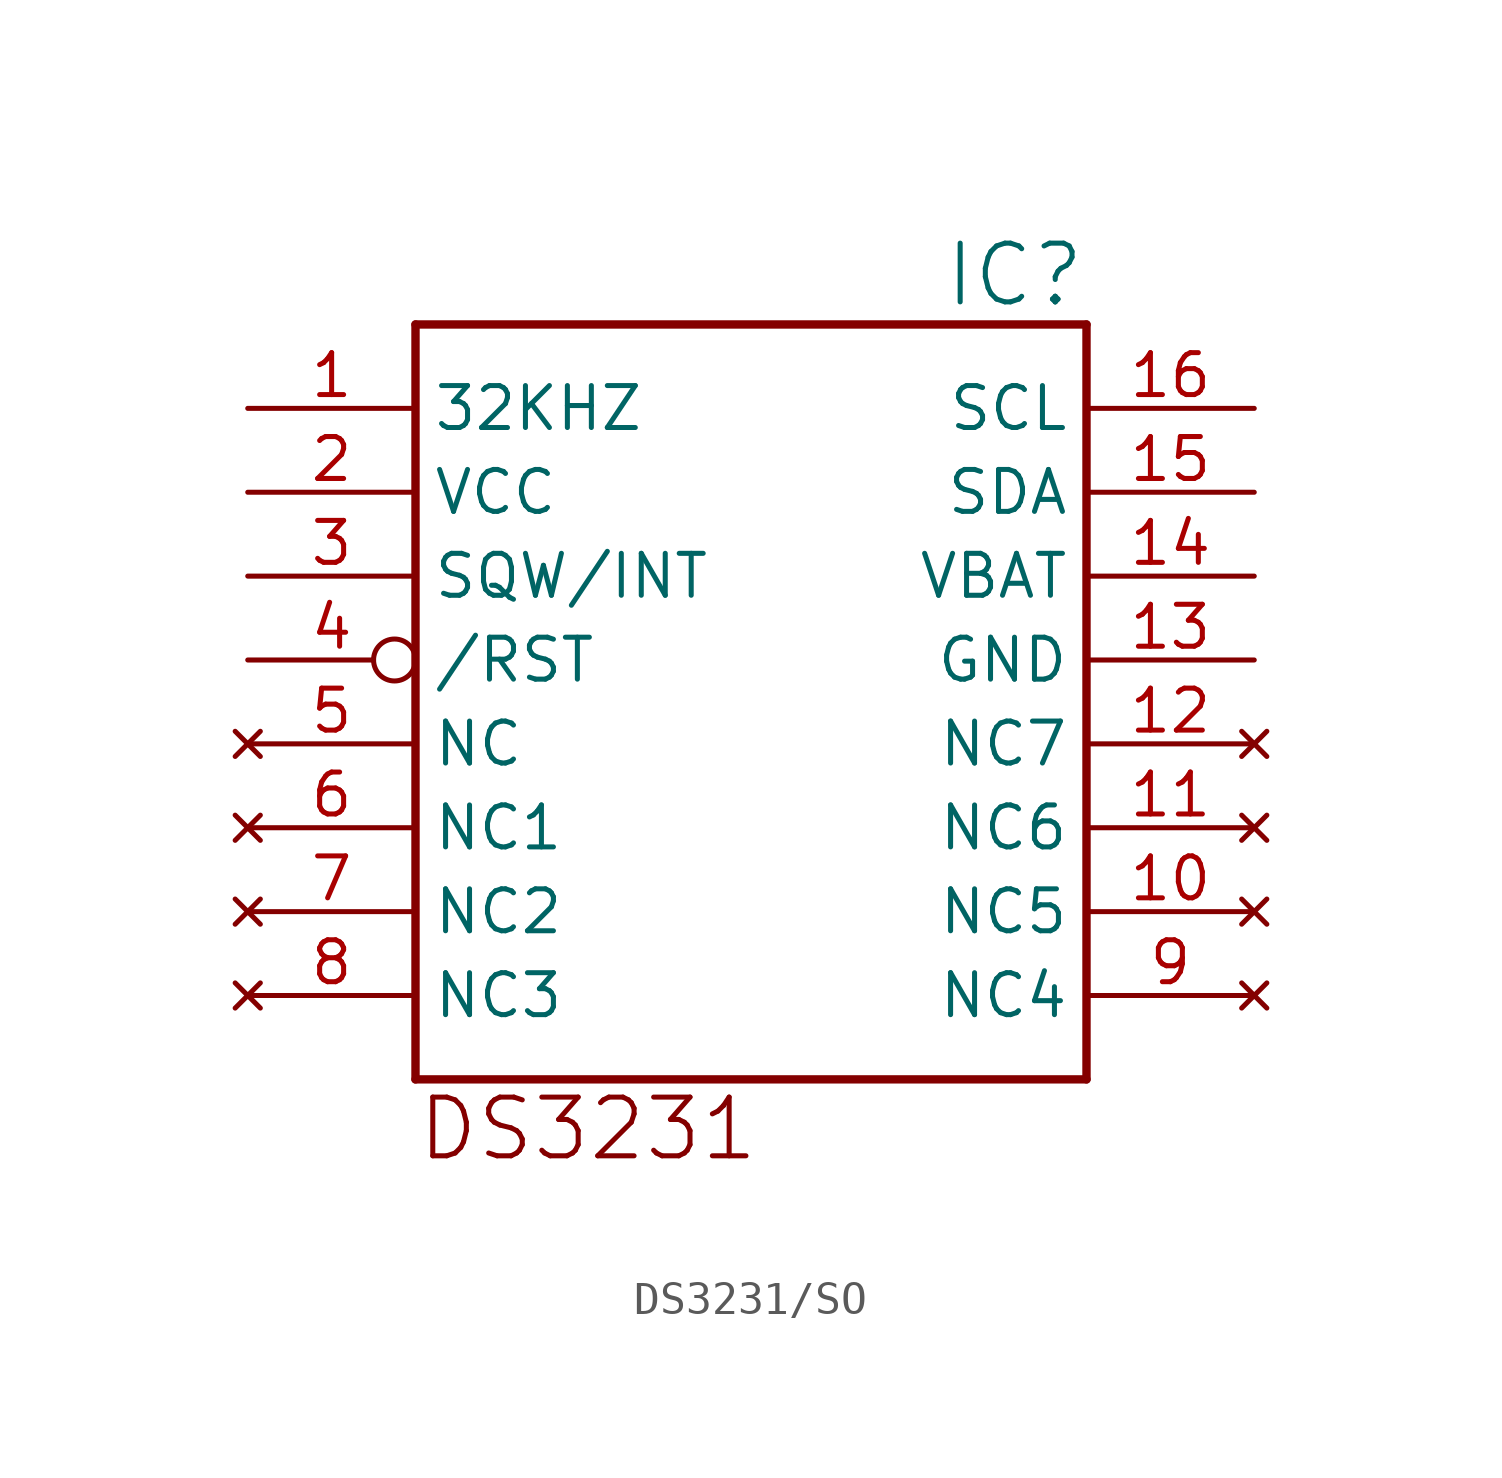
<source format=kicad_sym>
(kicad_symbol_lib
  (version 20220914)
  (generator kicad_symbol_editor)
  (symbol "DS3231/SO"
    (property "Reference" "IC"
      (at 10.16 15.24 0)
      (effects (font (size 1.778 1.778)) (justify right top)))
    (property "ki_locked" ""
      (at 0 0 0)
      (effects (font (size 1.27 1.27))))
    (symbol "DS3231/SO_1_0"
      (polyline (pts (xy -10.16 -10.16) (xy -10.16 12.7)) (stroke (width 0.254) (type solid)) (fill (type none)))
      (polyline (pts (xy -10.16 12.7) (xy 10.16 12.7)) (stroke (width 0.254) (type solid)) (fill (type none)))
      (polyline (pts (xy 10.16 -10.16) (xy -10.16 -10.16)) (stroke (width 0.254) (type solid)) (fill (type none)))
      (polyline (pts (xy 10.16 12.7) (xy 10.16 -10.16)) (stroke (width 0.254) (type solid)) (fill (type none)))
      (text "DS3231" (at -10.16 -12.7 0) (effects (font (size 1.778 1.778)) (justify left bottom)))
      (pin output line (at -15.24 10.16 0) (length 5.08) (name "32KHZ" (effects (font (size 1.27 1.27)))) (number "1" (effects (font (size 1.27 1.27)))))
      (pin no_connect line (at 15.24 -5.08 180) (length 5.08) (name "NC5" (effects (font (size 1.27 1.27)))) (number "10" (effects (font (size 1.27 1.27)))))
      (pin no_connect line (at 15.24 -2.54 180) (length 5.08) (name "NC6" (effects (font (size 1.27 1.27)))) (number "11" (effects (font (size 1.27 1.27)))))
      (pin no_connect line (at 15.24 0 180) (length 5.08) (name "NC7" (effects (font (size 1.27 1.27)))) (number "12" (effects (font (size 1.27 1.27)))))
      (pin power_in line (at 15.24 2.54 180) (length 5.08) (name "GND" (effects (font (size 1.27 1.27)))) (number "13" (effects (font (size 1.27 1.27)))))
      (pin power_in line (at 15.24 5.08 180) (length 5.08) (name "VBAT" (effects (font (size 1.27 1.27)))) (number "14" (effects (font (size 1.27 1.27)))))
      (pin bidirectional line (at 15.24 7.62 180) (length 5.08) (name "SDA" (effects (font (size 1.27 1.27)))) (number "15" (effects (font (size 1.27 1.27)))))
      (pin bidirectional line (at 15.24 10.16 180) (length 5.08) (name "SCL" (effects (font (size 1.27 1.27)))) (number "16" (effects (font (size 1.27 1.27)))))
      (pin power_in line (at -15.24 7.62 0) (length 5.08) (name "VCC" (effects (font (size 1.27 1.27)))) (number "2" (effects (font (size 1.27 1.27)))))
      (pin output line (at -15.24 5.08 0) (length 5.08) (name "SQW/INT" (effects (font (size 1.27 1.27)))) (number "3" (effects (font (size 1.27 1.27)))))
      (pin passive inverted (at -15.24 2.54 0) (length 5.08) (name "/RST" (effects (font (size 1.27 1.27)))) (number "4" (effects (font (size 1.27 1.27)))))
      (pin no_connect line (at -15.24 0 0) (length 5.08) (name "NC" (effects (font (size 1.27 1.27)))) (number "5" (effects (font (size 1.27 1.27)))))
      (pin no_connect line (at -15.24 -2.54 0) (length 5.08) (name "NC1" (effects (font (size 1.27 1.27)))) (number "6" (effects (font (size 1.27 1.27)))))
      (pin no_connect line (at -15.24 -5.08 0) (length 5.08) (name "NC2" (effects (font (size 1.27 1.27)))) (number "7" (effects (font (size 1.27 1.27)))))
      (pin no_connect line (at -15.24 -7.62 0) (length 5.08) (name "NC3" (effects (font (size 1.27 1.27)))) (number "8" (effects (font (size 1.27 1.27)))))
      (pin no_connect line (at 15.24 -7.62 180) (length 5.08) (name "NC4" (effects (font (size 1.27 1.27)))) (number "9" (effects (font (size 1.27 1.27))))))))
</source>
